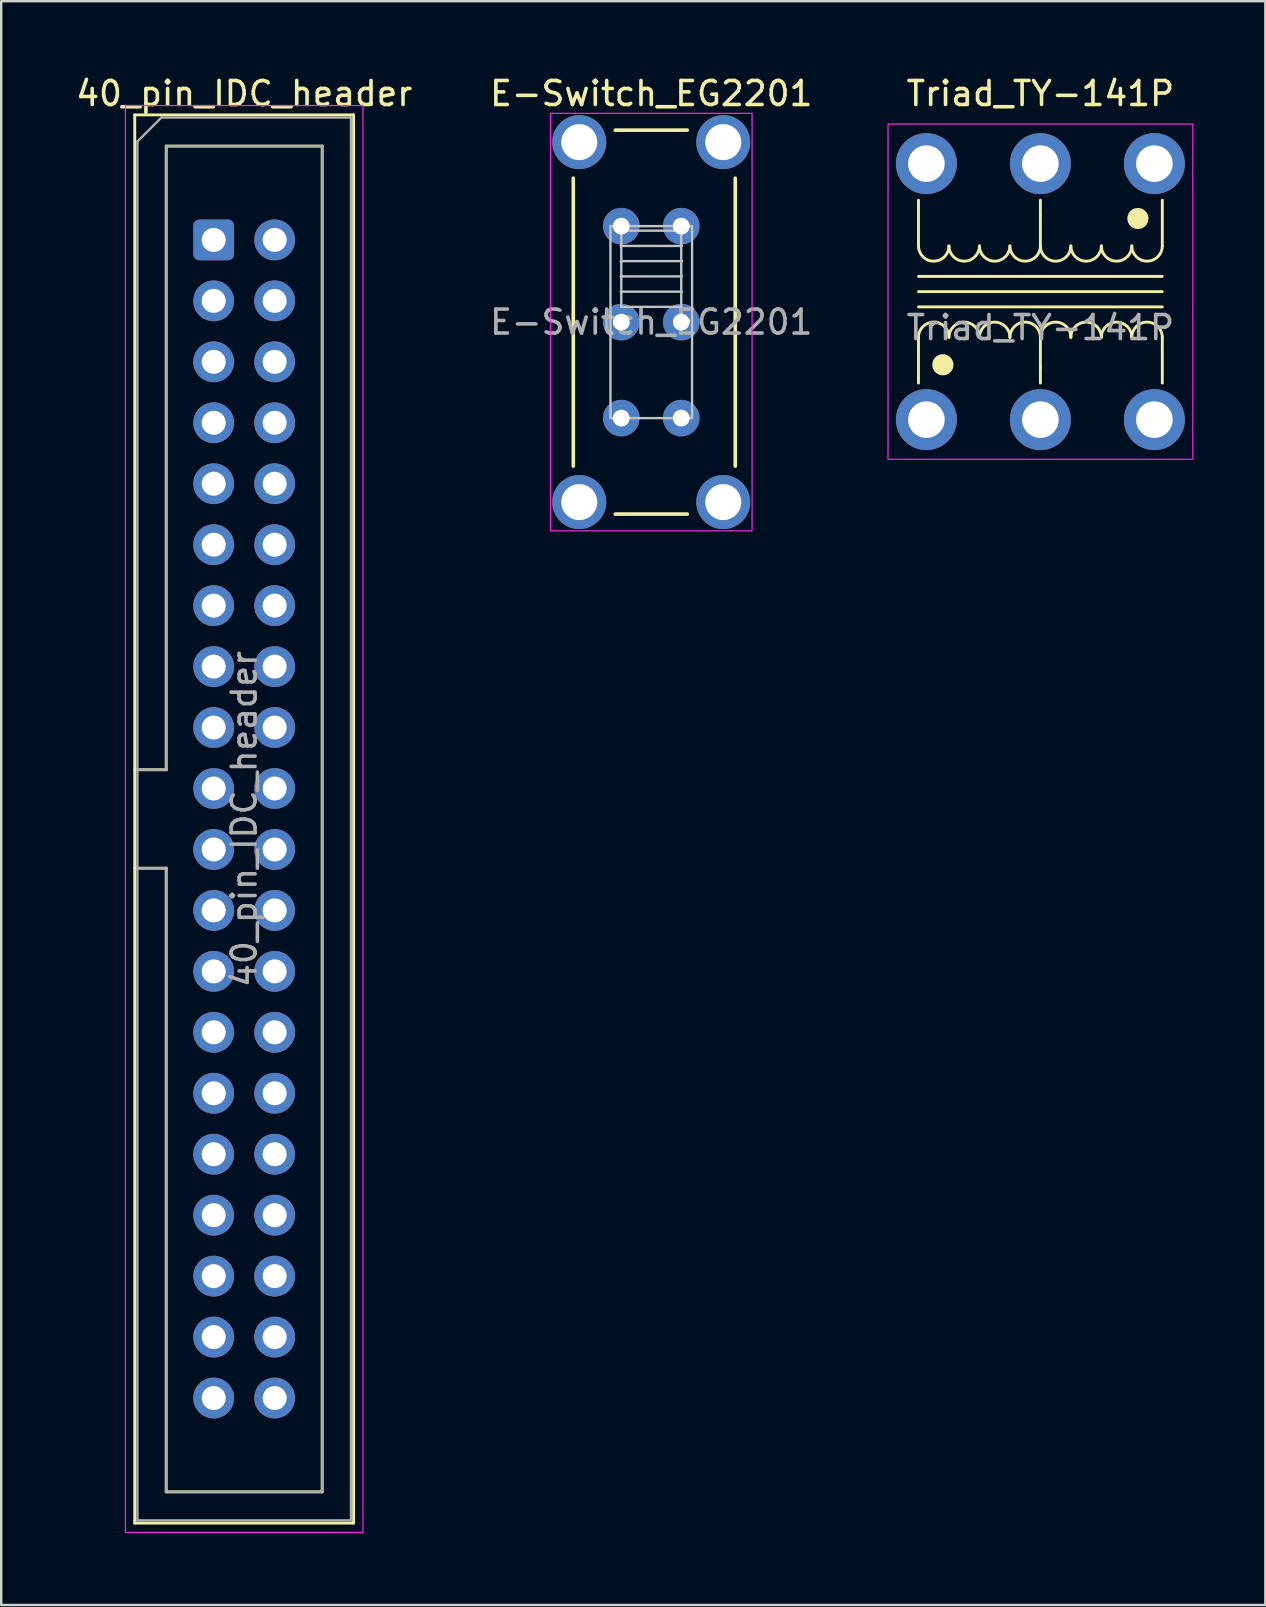
<source format=kicad_pcb>
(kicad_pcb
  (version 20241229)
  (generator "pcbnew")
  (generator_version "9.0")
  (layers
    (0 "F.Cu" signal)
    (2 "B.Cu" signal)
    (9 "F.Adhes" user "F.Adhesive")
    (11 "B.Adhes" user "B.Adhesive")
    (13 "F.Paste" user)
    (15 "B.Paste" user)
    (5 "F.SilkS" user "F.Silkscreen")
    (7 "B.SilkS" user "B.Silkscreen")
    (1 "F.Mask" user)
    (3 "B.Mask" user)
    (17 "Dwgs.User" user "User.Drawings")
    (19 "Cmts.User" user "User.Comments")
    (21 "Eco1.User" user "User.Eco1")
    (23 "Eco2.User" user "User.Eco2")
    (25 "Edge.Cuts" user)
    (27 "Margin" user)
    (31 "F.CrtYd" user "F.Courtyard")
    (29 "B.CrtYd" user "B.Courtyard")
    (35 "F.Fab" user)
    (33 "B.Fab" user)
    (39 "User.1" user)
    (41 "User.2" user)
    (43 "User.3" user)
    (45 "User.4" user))
  (footprint "40_pin_IDC_header"
    (layer "F.Cu")
    (at 5.855 6.948)
    (property "Reference" "40_pin_IDC_header" (at 1.27 -6.1 0) (layer "F.SilkS") (effects (font (size 1 1) (thickness 0.15))))
    (attr through_hole)
    (fp_line (start -3.29 -5.21) (end 5.83 -5.21) (stroke (width 0.12) (type solid)) (layer "F.SilkS"))
    (fp_line (start -3.29 22.08) (end -1.98 22.08) (stroke (width 0.12) (type solid)) (layer "F.SilkS"))
    (fp_line (start -3.29 53.47) (end -3.29 -5.21) (stroke (width 0.12) (type solid)) (layer "F.SilkS"))
    (fp_line (start -1.98 -3.91) (end 4.52 -3.91) (stroke (width 0.12) (type solid)) (layer "F.SilkS"))
    (fp_line (start -1.98 22.08) (end -1.98 -3.91) (stroke (width 0.12) (type solid)) (layer "F.SilkS"))
    (fp_line (start -1.98 26.18) (end -3.29 26.18) (stroke (width 0.12) (type solid)) (layer "F.SilkS"))
    (fp_line (start -1.98 26.18) (end -1.98 26.18) (stroke (width 0.12) (type solid)) (layer "F.SilkS"))
    (fp_line (start -1.98 52.17) (end -1.98 26.18) (stroke (width 0.12) (type solid)) (layer "F.SilkS"))
    (fp_line (start 4.52 -3.91) (end 4.52 52.17) (stroke (width 0.12) (type solid)) (layer "F.SilkS"))
    (fp_line (start 4.52 52.17) (end -1.98 52.17) (stroke (width 0.12) (type solid)) (layer "F.SilkS"))
    (fp_line (start 5.83 -5.21) (end 5.83 53.47) (stroke (width 0.12) (type solid)) (layer "F.SilkS"))
    (fp_line (start 5.83 53.47) (end -3.29 53.47) (stroke (width 0.12) (type solid)) (layer "F.SilkS"))
    (fp_line (start -3.68 -5.6) (end -3.68 53.86) (stroke (width 0.05) (type solid)) (layer "F.CrtYd"))
    (fp_line (start -3.68 53.86) (end 6.22 53.86) (stroke (width 0.05) (type solid)) (layer "F.CrtYd"))
    (fp_line (start 6.22 -5.6) (end -3.68 -5.6) (stroke (width 0.05) (type solid)) (layer "F.CrtYd"))
    (fp_line (start 6.22 53.86) (end 6.22 -5.6) (stroke (width 0.05) (type solid)) (layer "F.CrtYd"))
    (fp_line (start -3.18 -4.1) (end -2.18 -5.1) (stroke (width 0.1) (type solid)) (layer "F.Fab"))
    (fp_line (start -3.18 22.08) (end -1.98 22.08) (stroke (width 0.1) (type solid)) (layer "F.Fab"))
    (fp_line (start -3.18 53.36) (end -3.18 -4.1) (stroke (width 0.1) (type solid)) (layer "F.Fab"))
    (fp_line (start -2.18 -5.1) (end 5.72 -5.1) (stroke (width 0.1) (type solid)) (layer "F.Fab"))
    (fp_line (start -1.98 -3.91) (end 4.52 -3.91) (stroke (width 0.1) (type solid)) (layer "F.Fab"))
    (fp_line (start -1.98 22.08) (end -1.98 -3.91) (stroke (width 0.1) (type solid)) (layer "F.Fab"))
    (fp_line (start -1.98 26.18) (end -3.18 26.18) (stroke (width 0.1) (type solid)) (layer "F.Fab"))
    (fp_line (start -1.98 26.18) (end -1.98 26.18) (stroke (width 0.1) (type solid)) (layer "F.Fab"))
    (fp_line (start -1.98 52.17) (end -1.98 26.18) (stroke (width 0.1) (type solid)) (layer "F.Fab"))
    (fp_line (start 4.52 -3.91) (end 4.52 52.17) (stroke (width 0.1) (type solid)) (layer "F.Fab"))
    (fp_line (start 4.52 52.17) (end -1.98 52.17) (stroke (width 0.1) (type solid)) (layer "F.Fab"))
    (fp_line (start 5.72 -5.1) (end 5.72 53.36) (stroke (width 0.1) (type solid)) (layer "F.Fab"))
    (fp_line (start 5.72 53.36) (end -3.18 53.36) (stroke (width 0.1) (type solid)) (layer "F.Fab"))
    (fp_text user "${REFERENCE}" (at 1.27 24.13 90) (layer "F.Fab") (effects (font (size 1 1) (thickness 0.15))))
    (pad "1" thru_hole roundrect (at 0 0) (size 1.7 1.7) (drill 1) (layers "*.Cu" "*.Mask") (roundrect_rratio 0.147))
    (pad "2" thru_hole circle (at 2.54 0) (size 1.7 1.7) (drill 1) (layers "*.Cu" "*.Mask"))
    (pad "3" thru_hole circle (at 0 2.54) (size 1.7 1.7) (drill 1) (layers "*.Cu" "*.Mask"))
    (pad "4" thru_hole circle (at 2.54 2.54) (size 1.7 1.7) (drill 1) (layers "*.Cu" "*.Mask"))
    (pad "5" thru_hole circle (at 0 5.08) (size 1.7 1.7) (drill 1) (layers "*.Cu" "*.Mask"))
    (pad "6" thru_hole circle (at 2.54 5.08) (size 1.7 1.7) (drill 1) (layers "*.Cu" "*.Mask"))
    (pad "7" thru_hole circle (at 0 7.62) (size 1.7 1.7) (drill 1) (layers "*.Cu" "*.Mask"))
    (pad "8" thru_hole circle (at 2.54 7.62) (size 1.7 1.7) (drill 1) (layers "*.Cu" "*.Mask"))
    (pad "9" thru_hole circle (at 0 10.16) (size 1.7 1.7) (drill 1) (layers "*.Cu" "*.Mask"))
    (pad "10" thru_hole circle (at 2.54 10.16) (size 1.7 1.7) (drill 1) (layers "*.Cu" "*.Mask"))
    (pad "11" thru_hole circle (at 0 12.7) (size 1.7 1.7) (drill 1) (layers "*.Cu" "*.Mask"))
    (pad "12" thru_hole circle (at 2.54 12.7) (size 1.7 1.7) (drill 1) (layers "*.Cu" "*.Mask"))
    (pad "13" thru_hole circle (at 0 15.24) (size 1.7 1.7) (drill 1) (layers "*.Cu" "*.Mask"))
    (pad "14" thru_hole circle (at 2.54 15.24) (size 1.7 1.7) (drill 1) (layers "*.Cu" "*.Mask"))
    (pad "15" thru_hole circle (at 0 17.78) (size 1.7 1.7) (drill 1) (layers "*.Cu" "*.Mask"))
    (pad "16" thru_hole circle (at 2.54 17.78) (size 1.7 1.7) (drill 1) (layers "*.Cu" "*.Mask"))
    (pad "17" thru_hole circle (at 0 20.32) (size 1.7 1.7) (drill 1) (layers "*.Cu" "*.Mask"))
    (pad "18" thru_hole circle (at 2.54 20.32) (size 1.7 1.7) (drill 1) (layers "*.Cu" "*.Mask"))
    (pad "19" thru_hole circle (at 0 22.86) (size 1.7 1.7) (drill 1) (layers "*.Cu" "*.Mask"))
    (pad "20" thru_hole circle (at 2.54 22.86) (size 1.7 1.7) (drill 1) (layers "*.Cu" "*.Mask"))
    (pad "21" thru_hole circle (at 0 25.4) (size 1.7 1.7) (drill 1) (layers "*.Cu" "*.Mask"))
    (pad "22" thru_hole circle (at 2.54 25.4) (size 1.7 1.7) (drill 1) (layers "*.Cu" "*.Mask"))
    (pad "23" thru_hole circle (at 0 27.94) (size 1.7 1.7) (drill 1) (layers "*.Cu" "*.Mask"))
    (pad "24" thru_hole circle (at 2.54 27.94) (size 1.7 1.7) (drill 1) (layers "*.Cu" "*.Mask"))
    (pad "25" thru_hole circle (at 0 30.48) (size 1.7 1.7) (drill 1) (layers "*.Cu" "*.Mask"))
    (pad "26" thru_hole circle (at 2.54 30.48) (size 1.7 1.7) (drill 1) (layers "*.Cu" "*.Mask"))
    (pad "27" thru_hole circle (at 0 33.02) (size 1.7 1.7) (drill 1) (layers "*.Cu" "*.Mask"))
    (pad "28" thru_hole circle (at 2.54 33.02) (size 1.7 1.7) (drill 1) (layers "*.Cu" "*.Mask"))
    (pad "29" thru_hole circle (at 0 35.56) (size 1.7 1.7) (drill 1) (layers "*.Cu" "*.Mask"))
    (pad "30" thru_hole circle (at 2.54 35.56) (size 1.7 1.7) (drill 1) (layers "*.Cu" "*.Mask"))
    (pad "31" thru_hole circle (at 0 38.1) (size 1.7 1.7) (drill 1) (layers "*.Cu" "*.Mask"))
    (pad "32" thru_hole circle (at 2.54 38.1) (size 1.7 1.7) (drill 1) (layers "*.Cu" "*.Mask"))
    (pad "33" thru_hole circle (at 0 40.64) (size 1.7 1.7) (drill 1) (layers "*.Cu" "*.Mask"))
    (pad "34" thru_hole circle (at 2.54 40.64) (size 1.7 1.7) (drill 1) (layers "*.Cu" "*.Mask"))
    (pad "35" thru_hole circle (at 0 43.18) (size 1.7 1.7) (drill 1) (layers "*.Cu" "*.Mask"))
    (pad "36" thru_hole circle (at 2.54 43.18) (size 1.7 1.7) (drill 1) (layers "*.Cu" "*.Mask"))
    (pad "37" thru_hole circle (at 0 45.72) (size 1.7 1.7) (drill 1) (layers "*.Cu" "*.Mask"))
    (pad "38" thru_hole circle (at 2.54 45.72) (size 1.7 1.7) (drill 1) (layers "*.Cu" "*.Mask"))
    (pad "39" thru_hole circle (at 0 48.26) (size 1.7 1.7) (drill 1) (layers "*.Cu" "*.Mask"))
    (pad "40" thru_hole circle (at 2.54 48.26) (size 1.7 1.7) (drill 1) (layers "*.Cu" "*.Mask")))
  (footprint "Triad_TY-141P"
    (layer "F.Cu")
    (at 40.304 9.103)
    (property "Reference" "Triad_TY-141P" (at 0 -8.255 0) (unlocked yes) (layer "F.SilkS") (effects (font (size 1 1) (thickness 0.15))))
    (attr through_hole)
    (fp_line (start -5.08 -1.905) (end -5.08 -3.81) (stroke (width 0.12) (type solid)) (layer "F.SilkS"))
    (fp_line (start -5.08 -0.635) (end 5.08 -0.635) (stroke (width 0.12) (type solid)) (layer "F.SilkS"))
    (fp_line (start -5.08 0) (end 5.08 0) (stroke (width 0.12) (type solid)) (layer "F.SilkS"))
    (fp_line (start -5.08 0.635) (end 5.08 0.635) (stroke (width 0.12) (type solid)) (layer "F.SilkS"))
    (fp_line (start -5.08 1.905) (end -5.08 3.81) (stroke (width 0.12) (type solid)) (layer "F.SilkS"))
    (fp_line (start 0 -3.175) (end 0 -3.81) (stroke (width 0.12) (type solid)) (layer "F.SilkS"))
    (fp_line (start 0 -1.905) (end 0 -3.175) (stroke (width 0.12) (type solid)) (layer "F.SilkS"))
    (fp_line (start 0 1.905) (end 0 3.175) (stroke (width 0.12) (type solid)) (layer "F.SilkS"))
    (fp_line (start 0 3.175) (end 0 3.81) (stroke (width 0.12) (type solid)) (layer "F.SilkS"))
    (fp_line (start 5.08 -1.905) (end 5.08 -3.81) (stroke (width 0.12) (type solid)) (layer "F.SilkS"))
    (fp_line (start 5.08 1.905) (end 5.08 3.81) (stroke (width 0.12) (type solid)) (layer "F.SilkS"))
    (fp_arc (start -5.08 1.905) (mid -4.445 1.27) (end -3.81 1.905) (stroke (width 0.12) (type solid)) (layer "F.SilkS"))
    (fp_arc (start -3.81 -1.905) (mid -4.445 -1.27) (end -5.08 -1.905) (stroke (width 0.12) (type solid)) (layer "F.SilkS"))
    (fp_arc (start -3.81 1.905) (mid -3.175 1.27) (end -2.54 1.905) (stroke (width 0.12) (type solid)) (layer "F.SilkS"))
    (fp_arc (start -2.54 -1.905) (mid -3.175 -1.27) (end -3.81 -1.905) (stroke (width 0.12) (type solid)) (layer "F.SilkS"))
    (fp_arc (start -2.54 1.905) (mid -1.905 1.27) (end -1.27 1.905) (stroke (width 0.12) (type solid)) (layer "F.SilkS"))
    (fp_arc (start -1.27 -1.905) (mid -1.905 -1.27) (end -2.54 -1.905) (stroke (width 0.12) (type solid)) (layer "F.SilkS"))
    (fp_arc (start -1.27 1.905) (mid -0.635 1.27) (end 0 1.905) (stroke (width 0.12) (type solid)) (layer "F.SilkS"))
    (fp_arc (start 0 -1.905) (mid -0.635 -1.27) (end -1.27 -1.905) (stroke (width 0.12) (type solid)) (layer "F.SilkS"))
    (fp_arc (start 0 1.905) (mid 0.635 1.27) (end 1.27 1.905) (stroke (width 0.12) (type solid)) (layer "F.SilkS"))
    (fp_arc (start 1.27 -1.905) (mid 0.635 -1.27) (end 0 -1.905) (stroke (width 0.12) (type solid)) (layer "F.SilkS"))
    (fp_arc (start 1.27 1.905) (mid 1.905 1.27) (end 2.54 1.905) (stroke (width 0.12) (type solid)) (layer "F.SilkS"))
    (fp_arc (start 2.54 -1.905) (mid 1.905 -1.27) (end 1.27 -1.905) (stroke (width 0.12) (type solid)) (layer "F.SilkS"))
    (fp_arc (start 2.54 1.905) (mid 3.175 1.27) (end 3.81 1.905) (stroke (width 0.12) (type solid)) (layer "F.SilkS"))
    (fp_arc (start 3.81 -1.905) (mid 3.175 -1.27) (end 2.54 -1.905) (stroke (width 0.12) (type solid)) (layer "F.SilkS"))
    (fp_arc (start 3.81 1.905) (mid 4.445 1.27) (end 5.08 1.905) (stroke (width 0.12) (type solid)) (layer "F.SilkS"))
    (fp_arc (start 5.08 -1.905) (mid 4.445 -1.27) (end 3.81 -1.905) (stroke (width 0.12) (type solid)) (layer "F.SilkS"))
    (fp_circle (center -4.064 3.048) (end -3.683 3.048) (stroke (width 0.12) (type solid)) (fill yes) (layer "F.SilkS"))
    (fp_circle (center 4.064 -3.048) (end 4.445 -3.048) (stroke (width 0.12) (type solid)) (fill yes) (layer "F.SilkS"))
    (fp_rect (start -6.35 -6.985) (end 6.35 6.985) (stroke (width 0.05) (type solid)) (fill no) (layer "F.CrtYd"))
    (fp_text user "${REFERENCE}" (at 0 1.5 0) (unlocked yes) (layer "F.Fab") (effects (font (size 1 1) (thickness 0.15))))
    (pad "1" thru_hole circle (at -4.75 5.334) (size 2.54 2.54) (drill 1.524) (layers "*.Cu" "*.Mask"))
    (pad "2" thru_hole circle (at 0 5.334) (size 2.54 2.54) (drill 1.524) (layers "*.Cu" "*.Mask"))
    (pad "3" thru_hole circle (at 4.75 5.334) (size 2.54 2.54) (drill 1.524) (layers "*.Cu" "*.Mask"))
    (pad "4" thru_hole circle (at 4.75 -5.334) (size 2.54 2.54) (drill 1.524) (layers "*.Cu" "*.Mask"))
    (pad "5" thru_hole circle (at 0 -5.334) (size 2.54 2.54) (drill 1.524) (layers "*.Cu" "*.Mask"))
    (pad "6" thru_hole circle (at -4.75 -5.334) (size 2.54 2.54) (drill 1.524) (layers "*.Cu" "*.Mask")))
  (footprint "E-Switch_EG2201"
    (layer "F.Cu")
    (at 24.089 10.373)
    (property "Reference" "E-Switch_EG2201" (at 0 -9.525 0) (unlocked yes) (layer "F.SilkS") (effects (font (size 1 1) (thickness 0.15))))
    (attr through_hole)
    (fp_line (start -3.25 -6) (end -3.25 6) (stroke (width 0.15) (type default)) (layer "F.SilkS"))
    (fp_line (start -1.5 -8) (end 1.5 -8) (stroke (width 0.15) (type default)) (layer "F.SilkS"))
    (fp_line (start -1.5 8) (end 1.5 8) (stroke (width 0.15) (type default)) (layer "F.SilkS"))
    (fp_line (start 3.5 -6) (end 3.5 6) (stroke (width 0.15) (type default)) (layer "F.SilkS"))
    (fp_line (start -1.27 -3.175) (end 1.27 -3.175) (stroke (width 0.1) (type default)) (layer "Dwgs.User"))
    (fp_line (start -1.27 -1.905) (end 1.27 -1.905) (stroke (width 0.1) (type default)) (layer "Dwgs.User"))
    (fp_line (start 1.27 -2.54) (end -1.27 -2.54) (stroke (width 0.1) (type default)) (layer "Dwgs.User"))
    (fp_line (start 1.27 -1.27) (end -1.27 -1.27) (stroke (width 0.1) (type default)) (layer "Dwgs.User"))
    (fp_rect (start -1.7 -4) (end 1.7 4) (stroke (width 0.1) (type default)) (fill no) (layer "Dwgs.User"))
    (fp_rect (start -1.25 -3.81) (end 1.25 -0.635) (stroke (width 0.1) (type default)) (fill no) (layer "Dwgs.User"))
    (fp_rect (start -4.2 -8.7) (end 4.2 8.7) (stroke (width 0.05) (type default)) (fill no) (layer "F.CrtYd"))
    (fp_text user "${REFERENCE}" (at 0 0 0) (unlocked yes) (layer "F.Fab") (effects (font (size 1 1) (thickness 0.15))))
    (pad "" thru_hole circle (at -3 -7.5) (size 2.25 2.25) (drill 1.5) (layers "*.Cu" "*.Mask"))
    (pad "" thru_hole circle (at -3 7.5) (size 2.25 2.25) (drill 1.5) (layers "*.Cu" "*.Mask"))
    (pad "" thru_hole circle (at 3 -7.5) (size 2.25 2.25) (drill 1.5) (layers "*.Cu" "*.Mask"))
    (pad "" thru_hole circle (at 3 7.5) (size 2.25 2.25) (drill 1.5) (layers "*.Cu" "*.Mask"))
    (pad "1" thru_hole circle (at -1.25 -4) (size 1.524 1.524) (drill 0.7) (layers "*.Cu" "*.Mask"))
    (pad "2" thru_hole circle (at -1.25 0) (size 1.524 1.524) (drill 0.7) (layers "*.Cu" "*.Mask"))
    (pad "3" thru_hole circle (at -1.25 4) (size 1.524 1.524) (drill 0.7) (layers "*.Cu" "*.Mask"))
    (pad "4" thru_hole circle (at 1.25 -4) (size 1.524 1.524) (drill 0.7) (layers "*.Cu" "*.Mask"))
    (pad "5" thru_hole circle (at 1.25 0) (size 1.524 1.524) (drill 0.7) (layers "*.Cu" "*.Mask"))
    (pad "6" thru_hole circle (at 1.25 4) (size 1.524 1.524) (drill 0.7) (layers "*.Cu" "*.Mask")))
  (gr_rect
    (start -3 -3)
    (end 49.679 63.833)
    (stroke (width 0.1) (type default))
    (fill no)
    (layer "Edge.Cuts")))
</source>
